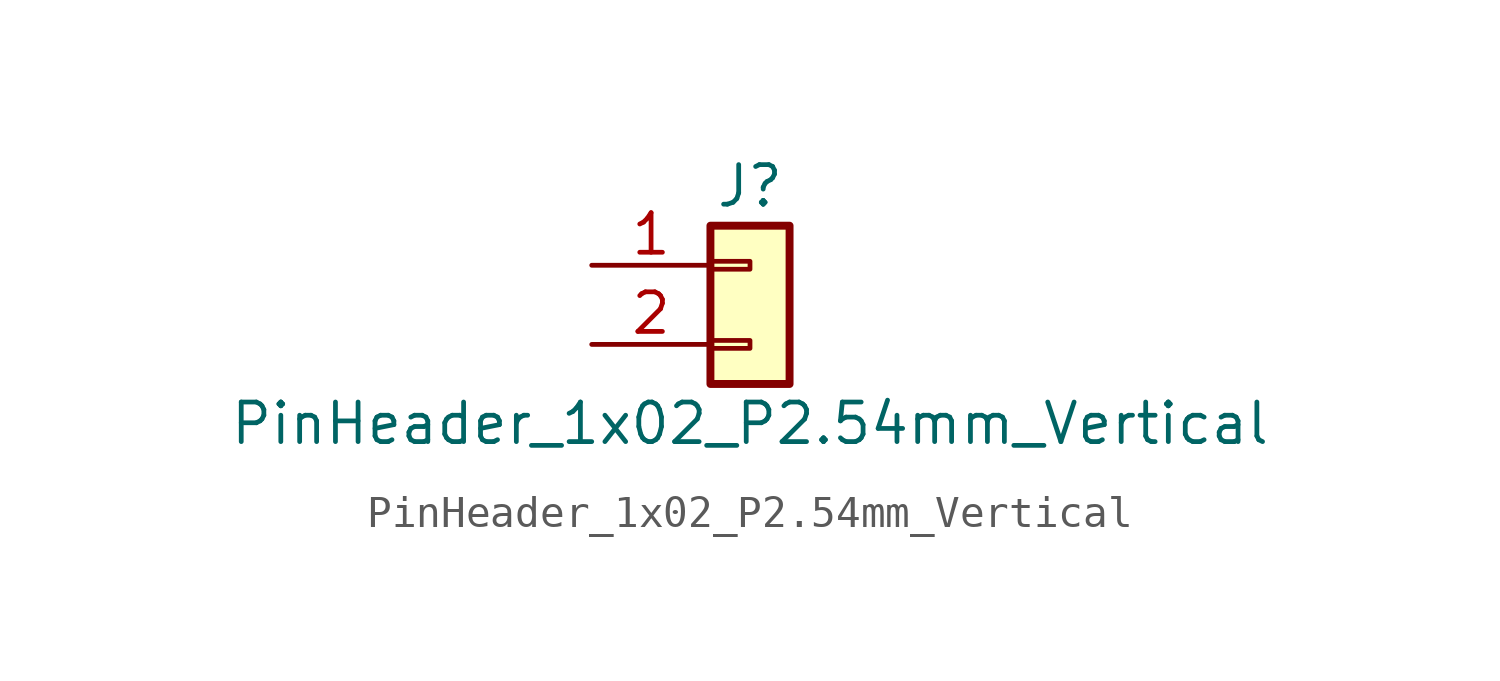
<source format=kicad_sym>
(kicad_symbol_lib
  (version 20220914)
  (generator kicad_symbol_editor)
  (symbol "PinHeader_1x02_P2.54mm_Vertical"
    (pin_names
      (offset 1.016) hide)
    (property "Reference" "J"
      (at 0 2.54 0)
      (effects (font (size 1.27 1.27))))
    (property "Value" "PinHeader_1x02_P2.54mm_Vertical"
      (at 0 -5.08 0)
      (effects (font (size 1.27 1.27))))
    (symbol "PinHeader_1x02_P2.54mm_Vertical_1_1"
      (rectangle (start -1.27 -2.413) (end 0 -2.667) (stroke (width 0.152) (type default)) (fill (type none)))
      (rectangle (start -1.27 0.127) (end 0 -0.127) (stroke (width 0.152) (type default)) (fill (type none)))
      (rectangle (start -1.27 1.27) (end 1.27 -3.81) (stroke (width 0.254) (type default)) (fill (type background)))
      (pin passive line (at -5.08 0 0) (length 3.81) (name "Pin_1" (effects (font (size 1.27 1.27)))) (number "1" (effects (font (size 1.27 1.27)))))
      (pin passive line (at -5.08 -2.54 0) (length 3.81) (name "Pin_2" (effects (font (size 1.27 1.27)))) (number "2" (effects (font (size 1.27 1.27))))))))
</source>
